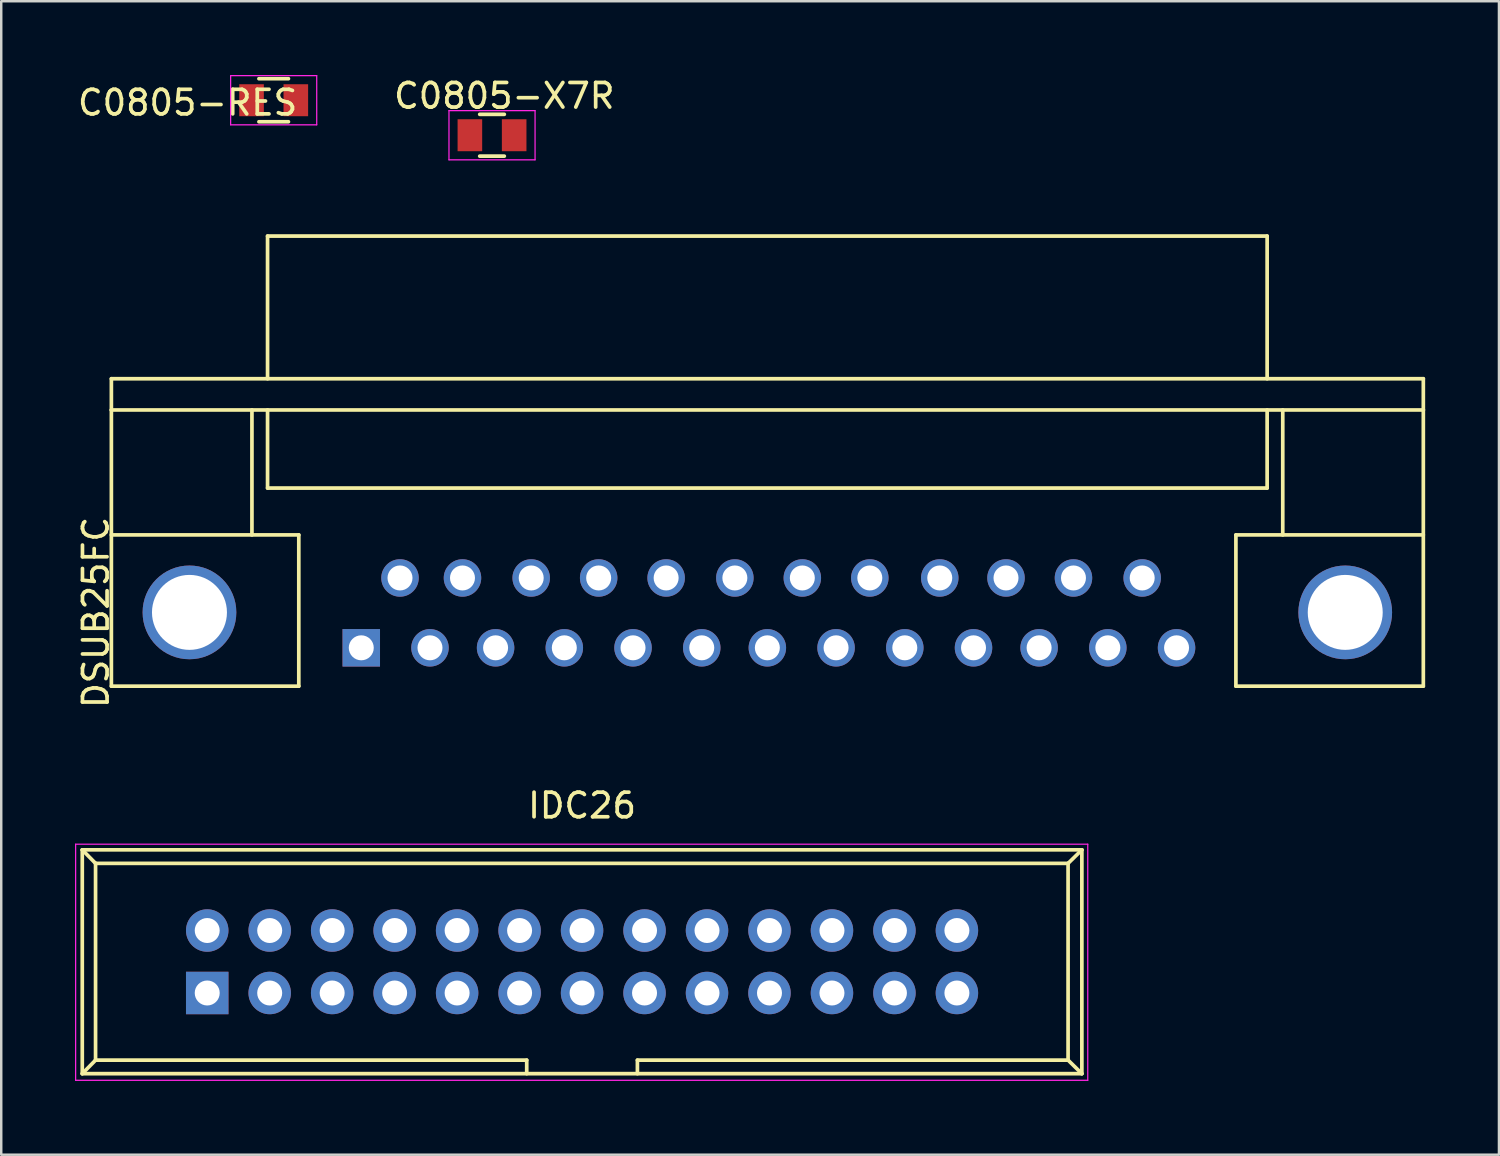
<source format=kicad_pcb>
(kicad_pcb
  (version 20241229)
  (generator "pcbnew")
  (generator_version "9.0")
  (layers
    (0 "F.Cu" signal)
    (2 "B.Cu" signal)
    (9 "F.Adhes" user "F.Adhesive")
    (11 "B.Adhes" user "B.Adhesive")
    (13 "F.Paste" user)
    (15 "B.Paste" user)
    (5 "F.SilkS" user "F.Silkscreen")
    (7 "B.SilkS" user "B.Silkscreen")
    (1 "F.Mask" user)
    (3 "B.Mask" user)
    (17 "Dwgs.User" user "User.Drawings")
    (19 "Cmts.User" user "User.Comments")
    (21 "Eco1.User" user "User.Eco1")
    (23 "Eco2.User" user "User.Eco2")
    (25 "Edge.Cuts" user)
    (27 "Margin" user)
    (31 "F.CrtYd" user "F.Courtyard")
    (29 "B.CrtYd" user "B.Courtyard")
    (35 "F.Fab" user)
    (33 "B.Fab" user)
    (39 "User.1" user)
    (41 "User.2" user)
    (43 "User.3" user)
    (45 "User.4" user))
  (footprint "DSUB25FC"
    (layer "F.Cu")
    (at 28.148 12.348)
    (property "Reference" "DSUB25FC" (at -27.3 9.5 90) (layer "F.SilkS") (effects (font (size 1 1) (thickness 0.15))))
    (attr through_hole)
    (fp_line (start -26.67 0) (end -26.67 1.27) (stroke (width 0.15) (type solid)) (layer "F.SilkS"))
    (fp_line (start -26.67 1.27) (end 26.67 1.27) (stroke (width 0.15) (type solid)) (layer "F.SilkS"))
    (fp_line (start -26.67 6.35) (end -19.05 6.35) (stroke (width 0.15) (type solid)) (layer "F.SilkS"))
    (fp_line (start -26.67 12.5) (end -26.67 1.27) (stroke (width 0.15) (type solid)) (layer "F.SilkS"))
    (fp_line (start -26.67 12.5) (end -19.05 12.5) (stroke (width 0.15) (type solid)) (layer "F.SilkS"))
    (fp_line (start -20.955 1.27) (end -20.955 6.35) (stroke (width 0.15) (type solid)) (layer "F.SilkS"))
    (fp_line (start -20.32 -5.8) (end -20.32 0) (stroke (width 0.15) (type solid)) (layer "F.SilkS"))
    (fp_line (start -20.32 -5.8) (end 20.32 -5.8) (stroke (width 0.15) (type solid)) (layer "F.SilkS"))
    (fp_line (start -20.32 4.445) (end -20.32 1.27) (stroke (width 0.15) (type solid)) (layer "F.SilkS"))
    (fp_line (start -20.32 4.445) (end 20.32 4.445) (stroke (width 0.15) (type solid)) (layer "F.SilkS"))
    (fp_line (start -19.05 6.35) (end -19.05 12.5) (stroke (width 0.15) (type solid)) (layer "F.SilkS"))
    (fp_line (start 19.05 6.35) (end 19.05 12.5) (stroke (width 0.15) (type solid)) (layer "F.SilkS"))
    (fp_line (start 19.05 12.5) (end 26.67 12.5) (stroke (width 0.15) (type solid)) (layer "F.SilkS"))
    (fp_line (start 20.32 -5.8) (end 20.32 0) (stroke (width 0.15) (type solid)) (layer "F.SilkS"))
    (fp_line (start 20.32 4.445) (end 20.32 1.27) (stroke (width 0.15) (type solid)) (layer "F.SilkS"))
    (fp_line (start 20.955 1.27) (end 20.955 6.35) (stroke (width 0.15) (type solid)) (layer "F.SilkS"))
    (fp_line (start 26.67 0) (end -26.67 0) (stroke (width 0.15) (type solid)) (layer "F.SilkS"))
    (fp_line (start 26.67 1.27) (end 26.67 0) (stroke (width 0.15) (type solid)) (layer "F.SilkS"))
    (fp_line (start 26.67 1.27) (end 26.67 12.5) (stroke (width 0.15) (type solid)) (layer "F.SilkS"))
    (fp_line (start 26.67 6.35) (end 19.05 6.35) (stroke (width 0.15) (type solid)) (layer "F.SilkS"))
    (pad "" thru_hole circle (at -23.495 9.5) (size 3.81 3.81) (drill 3.048) (layers "*.Cu" "*.Mask"))
    (pad "" thru_hole circle (at 23.495 9.5) (size 3.81 3.81) (drill 3.048) (layers "*.Cu" "*.Mask"))
    (pad "1" thru_hole rect (at -16.51 10.94) (size 1.524 1.524) (drill 1.016) (layers "*.Cu" "*.Mask"))
    (pad "2" thru_hole circle (at -13.716 10.94) (size 1.524 1.524) (drill 1.016) (layers "*.Cu" "*.Mask"))
    (pad "3" thru_hole circle (at -11.049 10.94) (size 1.524 1.524) (drill 1.016) (layers "*.Cu" "*.Mask"))
    (pad "4" thru_hole circle (at -8.255 10.94) (size 1.524 1.524) (drill 1.016) (layers "*.Cu" "*.Mask"))
    (pad "5" thru_hole circle (at -5.461 10.94) (size 1.524 1.524) (drill 1.016) (layers "*.Cu" "*.Mask"))
    (pad "6" thru_hole circle (at -2.667 10.94) (size 1.524 1.524) (drill 1.016) (layers "*.Cu" "*.Mask"))
    (pad "7" thru_hole circle (at 0 10.94) (size 1.524 1.524) (drill 1.016) (layers "*.Cu" "*.Mask"))
    (pad "8" thru_hole circle (at 2.794 10.94) (size 1.524 1.524) (drill 1.016) (layers "*.Cu" "*.Mask"))
    (pad "9" thru_hole circle (at 5.588 10.94) (size 1.524 1.524) (drill 1.016) (layers "*.Cu" "*.Mask"))
    (pad "10" thru_hole circle (at 8.382 10.94) (size 1.524 1.524) (drill 1.016) (layers "*.Cu" "*.Mask"))
    (pad "11" thru_hole circle (at 11.049 10.94) (size 1.524 1.524) (drill 1.016) (layers "*.Cu" "*.Mask"))
    (pad "12" thru_hole circle (at 13.843 10.94) (size 1.524 1.524) (drill 1.016) (layers "*.Cu" "*.Mask"))
    (pad "13" thru_hole circle (at 16.637 10.94) (size 1.524 1.524) (drill 1.016) (layers "*.Cu" "*.Mask"))
    (pad "14" thru_hole circle (at -14.935 8.1) (size 1.524 1.524) (drill 1.016) (layers "*.Cu" "*.Mask"))
    (pad "15" thru_hole circle (at -12.395 8.1) (size 1.524 1.524) (drill 1.016) (layers "*.Cu" "*.Mask"))
    (pad "16" thru_hole circle (at -9.601 8.1) (size 1.524 1.524) (drill 1.016) (layers "*.Cu" "*.Mask"))
    (pad "17" thru_hole circle (at -6.858 8.1) (size 1.524 1.524) (drill 1.016) (layers "*.Cu" "*.Mask"))
    (pad "18" thru_hole circle (at -4.115 8.1) (size 1.524 1.524) (drill 1.016) (layers "*.Cu" "*.Mask"))
    (pad "19" thru_hole circle (at -1.321 8.1) (size 1.524 1.524) (drill 1.016) (layers "*.Cu" "*.Mask"))
    (pad "20" thru_hole circle (at 1.422 8.1) (size 1.524 1.524) (drill 1.016) (layers "*.Cu" "*.Mask"))
    (pad "21" thru_hole circle (at 4.166 8.1) (size 1.524 1.524) (drill 1.016) (layers "*.Cu" "*.Mask"))
    (pad "22" thru_hole circle (at 7.01 8.1) (size 1.524 1.524) (drill 1.016) (layers "*.Cu" "*.Mask"))
    (pad "23" thru_hole circle (at 9.703 8.1) (size 1.524 1.524) (drill 1.016) (layers "*.Cu" "*.Mask"))
    (pad "24" thru_hole circle (at 12.446 8.1) (size 1.524 1.524) (drill 1.016) (layers "*.Cu" "*.Mask"))
    (pad "25" thru_hole circle (at 15.24 8.1) (size 1.524 1.524) (drill 1.016) (layers "*.Cu" "*.Mask")))
  (footprint "IDC26"
    (layer "F.Cu")
    (at 5.375 37.322)
    (property "Reference" "IDC26" (at 15.24 -7.62 0) (layer "F.SilkS") (effects (font (size 1 1) (thickness 0.15))))
    (attr through_hole)
    (fp_line (start -5.08 -5.82) (end -5.08 3.28) (stroke (width 0.15) (type solid)) (layer "F.SilkS"))
    (fp_line (start -5.08 -5.82) (end -4.54 -5.27) (stroke (width 0.15) (type solid)) (layer "F.SilkS"))
    (fp_line (start -5.08 -5.82) (end 35.56 -5.82) (stroke (width 0.15) (type solid)) (layer "F.SilkS"))
    (fp_line (start -5.08 3.28) (end -4.54 2.73) (stroke (width 0.15) (type solid)) (layer "F.SilkS"))
    (fp_line (start -5.08 3.28) (end 35.56 3.28) (stroke (width 0.15) (type solid)) (layer "F.SilkS"))
    (fp_line (start -4.54 -5.27) (end -4.54 2.73) (stroke (width 0.15) (type solid)) (layer "F.SilkS"))
    (fp_line (start -4.54 -5.27) (end 35 -5.27) (stroke (width 0.15) (type solid)) (layer "F.SilkS"))
    (fp_line (start -4.54 2.73) (end 12.99 2.73) (stroke (width 0.15) (type solid)) (layer "F.SilkS"))
    (fp_line (start 12.99 2.73) (end 12.99 3.28) (stroke (width 0.15) (type solid)) (layer "F.SilkS"))
    (fp_line (start 17.49 2.73) (end 17.49 3.28) (stroke (width 0.15) (type solid)) (layer "F.SilkS"))
    (fp_line (start 17.49 2.73) (end 35 2.73) (stroke (width 0.15) (type solid)) (layer "F.SilkS"))
    (fp_line (start 35 -5.27) (end 35 2.73) (stroke (width 0.15) (type solid)) (layer "F.SilkS"))
    (fp_line (start 35.56 -5.82) (end 35 -5.27) (stroke (width 0.15) (type solid)) (layer "F.SilkS"))
    (fp_line (start 35.56 -5.82) (end 35.56 3.28) (stroke (width 0.15) (type solid)) (layer "F.SilkS"))
    (fp_line (start 35.56 3.28) (end 35 2.73) (stroke (width 0.15) (type solid)) (layer "F.SilkS"))
    (fp_line (start -5.35 -6.05) (end 35.8 -6.05) (stroke (width 0.05) (type solid)) (layer "F.CrtYd"))
    (fp_line (start -5.35 3.55) (end -5.35 -6.05) (stroke (width 0.05) (type solid)) (layer "F.CrtYd"))
    (fp_line (start 35.8 -6.05) (end 35.8 3.55) (stroke (width 0.05) (type solid)) (layer "F.CrtYd"))
    (fp_line (start 35.8 3.55) (end -5.35 3.55) (stroke (width 0.05) (type solid)) (layer "F.CrtYd"))
    (pad "1" thru_hole rect (at 0 0) (size 1.727 1.727) (drill 1.016) (layers "*.Cu" "*.Mask"))
    (pad "2" thru_hole oval (at 0 -2.54) (size 1.727 1.727) (drill 1.016) (layers "*.Cu" "*.Mask"))
    (pad "3" thru_hole oval (at 2.54 0) (size 1.727 1.727) (drill 1.016) (layers "*.Cu" "*.Mask"))
    (pad "4" thru_hole oval (at 2.54 -2.54) (size 1.727 1.727) (drill 1.016) (layers "*.Cu" "*.Mask"))
    (pad "5" thru_hole oval (at 5.08 0) (size 1.727 1.727) (drill 1.016) (layers "*.Cu" "*.Mask"))
    (pad "6" thru_hole oval (at 5.08 -2.54) (size 1.727 1.727) (drill 1.016) (layers "*.Cu" "*.Mask"))
    (pad "7" thru_hole oval (at 7.62 0) (size 1.727 1.727) (drill 1.016) (layers "*.Cu" "*.Mask"))
    (pad "8" thru_hole oval (at 7.62 -2.54) (size 1.727 1.727) (drill 1.016) (layers "*.Cu" "*.Mask"))
    (pad "9" thru_hole oval (at 10.16 0) (size 1.727 1.727) (drill 1.016) (layers "*.Cu" "*.Mask"))
    (pad "10" thru_hole oval (at 10.16 -2.54) (size 1.727 1.727) (drill 1.016) (layers "*.Cu" "*.Mask"))
    (pad "11" thru_hole oval (at 12.7 0) (size 1.727 1.727) (drill 1.016) (layers "*.Cu" "*.Mask"))
    (pad "12" thru_hole oval (at 12.7 -2.54) (size 1.727 1.727) (drill 1.016) (layers "*.Cu" "*.Mask"))
    (pad "13" thru_hole oval (at 15.24 0) (size 1.727 1.727) (drill 1.016) (layers "*.Cu" "*.Mask"))
    (pad "14" thru_hole oval (at 15.24 -2.54) (size 1.727 1.727) (drill 1.016) (layers "*.Cu" "*.Mask"))
    (pad "15" thru_hole oval (at 17.78 0) (size 1.727 1.727) (drill 1.016) (layers "*.Cu" "*.Mask"))
    (pad "16" thru_hole oval (at 17.78 -2.54) (size 1.727 1.727) (drill 1.016) (layers "*.Cu" "*.Mask"))
    (pad "17" thru_hole oval (at 20.32 0) (size 1.727 1.727) (drill 1.016) (layers "*.Cu" "*.Mask"))
    (pad "18" thru_hole oval (at 20.32 -2.54) (size 1.727 1.727) (drill 1.016) (layers "*.Cu" "*.Mask"))
    (pad "19" thru_hole oval (at 22.86 0) (size 1.727 1.727) (drill 1.016) (layers "*.Cu" "*.Mask"))
    (pad "20" thru_hole oval (at 22.86 -2.54) (size 1.727 1.727) (drill 1.016) (layers "*.Cu" "*.Mask"))
    (pad "21" thru_hole oval (at 25.4 0) (size 1.727 1.727) (drill 1.016) (layers "*.Cu" "*.Mask"))
    (pad "22" thru_hole oval (at 25.4 -2.54) (size 1.727 1.727) (drill 1.016) (layers "*.Cu" "*.Mask"))
    (pad "23" thru_hole oval (at 27.94 0) (size 1.727 1.727) (drill 1.016) (layers "*.Cu" "*.Mask"))
    (pad "24" thru_hole oval (at 27.94 -2.54) (size 1.727 1.727) (drill 1.016) (layers "*.Cu" "*.Mask"))
    (pad "25" thru_hole oval (at 30.48 0) (size 1.727 1.727) (drill 1.016) (layers "*.Cu" "*.Mask"))
    (pad "26" thru_hole oval (at 30.48 -2.54) (size 1.727 1.727) (drill 1.016) (layers "*.Cu" "*.Mask")))
  (footprint "C0805-RES"
    (layer "F.Cu")
    (at 8.077 1.025)
    (property "Reference" "C0805-RES" (at -3.5 0.1 0) (layer "F.SilkS") (effects (font (size 1 1) (thickness 0.15))))
    (attr smd)
    (fp_line (start -0.6 -0.875) (end 0.6 -0.875) (stroke (width 0.15) (type solid)) (layer "F.SilkS"))
    (fp_line (start 0.6 0.875) (end -0.6 0.875) (stroke (width 0.15) (type solid)) (layer "F.SilkS"))
    (fp_line (start -1.75 -1) (end -1.75 1) (stroke (width 0.05) (type solid)) (layer "F.CrtYd"))
    (fp_line (start -1.75 -1) (end 1.75 -1) (stroke (width 0.05) (type solid)) (layer "F.CrtYd"))
    (fp_line (start -1.75 1) (end 1.75 1) (stroke (width 0.05) (type solid)) (layer "F.CrtYd"))
    (fp_line (start 1.75 -1) (end 1.75 1) (stroke (width 0.05) (type solid)) (layer "F.CrtYd"))
    (pad "1" smd rect (at -0.9 0) (size 1 1.3) (layers "F.Cu" "F.Mask" "F.Paste"))
    (pad "2" smd rect (at 0.9 0) (size 1 1.3) (layers "F.Cu" "F.Mask" "F.Paste")))
  (footprint "C0805-X7R"
    (layer "F.Cu")
    (at 16.954 2.448)
    (property "Reference" "C0805-X7R" (at 0.5 -1.6 0) (layer "F.SilkS") (effects (font (size 1 1) (thickness 0.15))))
    (attr smd)
    (fp_line (start -0.5 0.85) (end 0.5 0.85) (stroke (width 0.15) (type solid)) (layer "F.SilkS"))
    (fp_line (start 0.5 -0.85) (end -0.5 -0.85) (stroke (width 0.15) (type solid)) (layer "F.SilkS"))
    (fp_line (start -1.75 -1) (end -1.75 1) (stroke (width 0.05) (type solid)) (layer "F.CrtYd"))
    (fp_line (start -1.75 -1) (end 1.75 -1) (stroke (width 0.05) (type solid)) (layer "F.CrtYd"))
    (fp_line (start -1.75 1) (end 1.75 1) (stroke (width 0.05) (type solid)) (layer "F.CrtYd"))
    (fp_line (start 1.75 -1) (end 1.75 1) (stroke (width 0.05) (type solid)) (layer "F.CrtYd"))
    (pad "1" smd rect (at -0.9 0) (size 1 1.3) (layers "F.Cu" "F.Mask" "F.Paste"))
    (pad "2" smd rect (at 0.9 0) (size 1 1.3) (layers "F.Cu" "F.Mask" "F.Paste")))
  (gr_rect
    (start -3 -3)
    (end 57.893 43.897)
    (stroke (width 0.1) (type default))
    (fill no)
    (layer "Edge.Cuts")))
</source>
